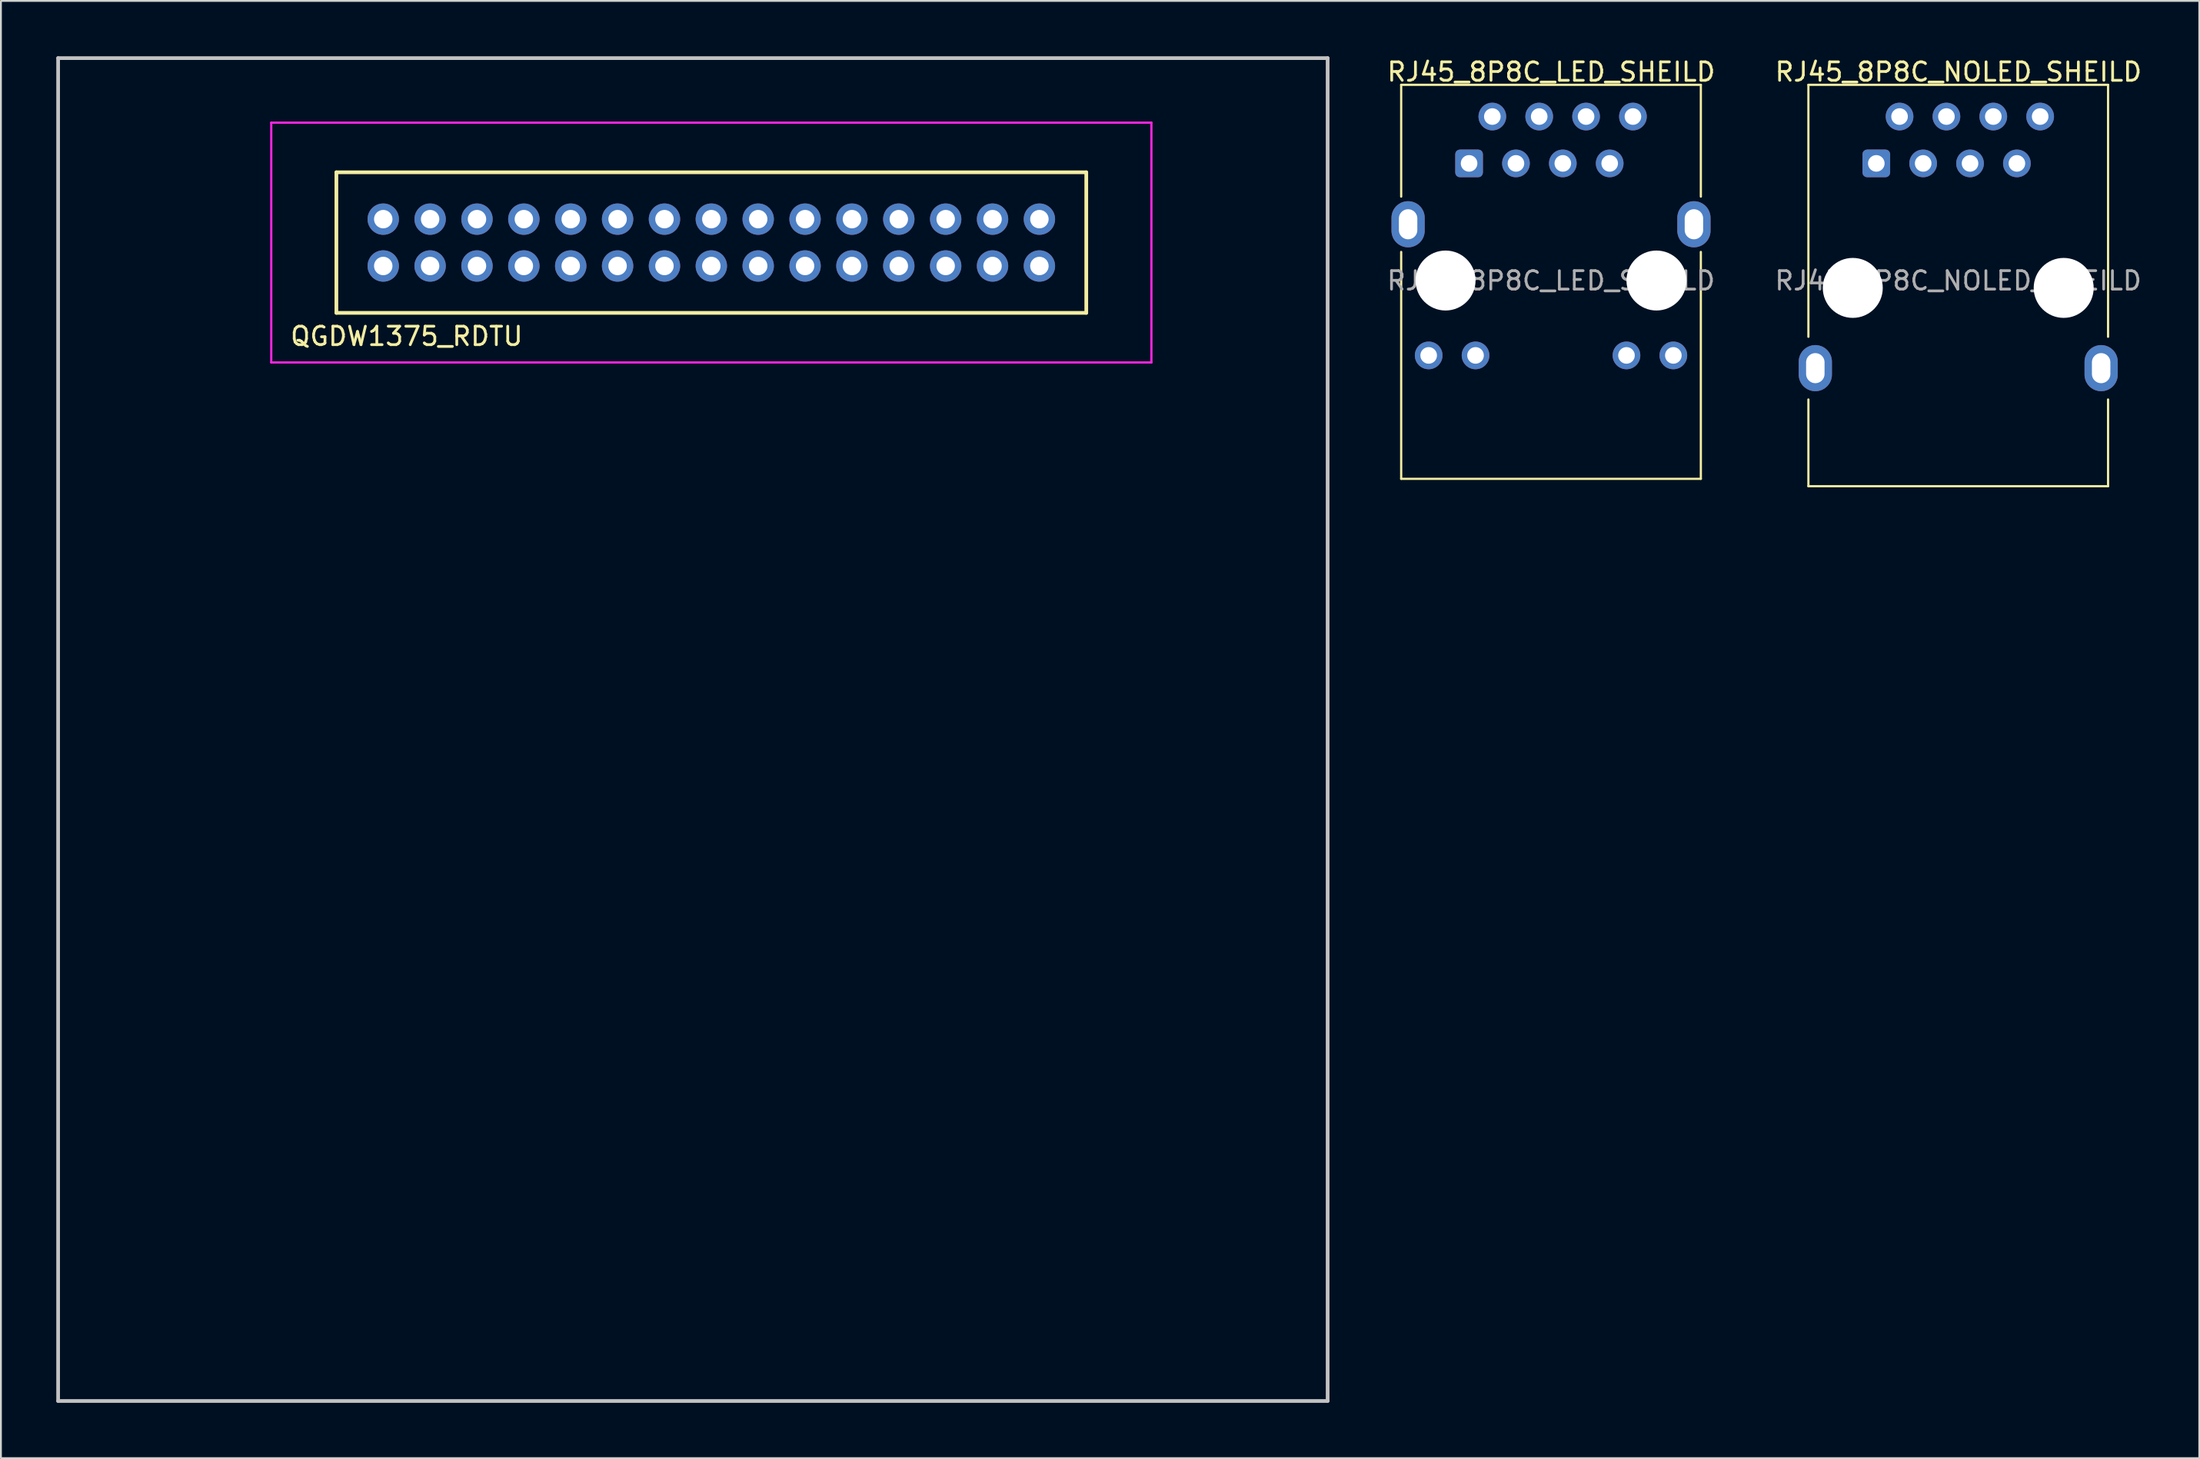
<source format=kicad_pcb>
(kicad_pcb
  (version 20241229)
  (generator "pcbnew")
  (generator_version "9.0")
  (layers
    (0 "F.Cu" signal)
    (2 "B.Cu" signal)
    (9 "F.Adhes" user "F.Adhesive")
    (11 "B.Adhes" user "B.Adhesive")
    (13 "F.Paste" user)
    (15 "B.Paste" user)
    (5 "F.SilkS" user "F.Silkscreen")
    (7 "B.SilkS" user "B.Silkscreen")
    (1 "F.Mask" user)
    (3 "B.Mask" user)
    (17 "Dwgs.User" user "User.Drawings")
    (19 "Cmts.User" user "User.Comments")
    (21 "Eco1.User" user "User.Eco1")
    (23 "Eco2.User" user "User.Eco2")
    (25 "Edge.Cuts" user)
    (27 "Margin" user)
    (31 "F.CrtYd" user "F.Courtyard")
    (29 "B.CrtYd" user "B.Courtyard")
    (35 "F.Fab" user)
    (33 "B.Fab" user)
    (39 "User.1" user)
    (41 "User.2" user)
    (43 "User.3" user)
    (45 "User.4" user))
  (footprint "QGDW1375_RDTU"
    (layer "F.Cu")
    (at 34.5 10.1)
    (property "Reference" "QGDW1375_RDTU" (at -15.51 5.08 0) (layer "F.SilkS") (effects (font (size 1 1) (thickness 0.15))))
    (attr through_hole)
    (fp_line (start -19.32 -3.81) (end -19.32 3.81) (stroke (width 0.2) (type solid)) (layer "F.SilkS"))
    (fp_line (start -19.32 3.81) (end 21.32 3.81) (stroke (width 0.2) (type solid)) (layer "F.SilkS"))
    (fp_line (start 21.32 -3.81) (end -19.32 -3.81) (stroke (width 0.2) (type solid)) (layer "F.SilkS"))
    (fp_line (start 21.32 3.81) (end 21.32 -3.81) (stroke (width 0.2) (type solid)) (layer "F.SilkS"))
    (fp_line (start -34.4 -10) (end -34.4 62.8) (stroke (width 0.2) (type solid)) (layer "Dwgs.User"))
    (fp_line (start -34.4 62.8) (end 34.4 62.8) (stroke (width 0.2) (type solid)) (layer "Dwgs.User"))
    (fp_line (start 34.4 -10) (end -34.4 -10) (stroke (width 0.2) (type solid)) (layer "Dwgs.User"))
    (fp_line (start 34.4 -10) (end 34.4 62.8) (stroke (width 0.2) (type solid)) (layer "Dwgs.User"))
    (fp_line (start -22.85 -6.5) (end -22.85 6.5) (stroke (width 0.12) (type solid)) (layer "F.CrtYd"))
    (fp_line (start -22.85 6.5) (end 24.85 6.5) (stroke (width 0.12) (type solid)) (layer "F.CrtYd"))
    (fp_line (start 24.85 -6.5) (end -22.85 -6.5) (stroke (width 0.12) (type solid)) (layer "F.CrtYd"))
    (fp_line (start 24.85 -6.5) (end 24.85 6.5) (stroke (width 0.12) (type solid)) (layer "F.CrtYd"))
    (pad "1" thru_hole circle (at -16.78 1.27) (size 1.7 1.7) (drill 1) (layers "*.Cu" "*.Mask"))
    (pad "2" thru_hole circle (at -16.78 -1.27) (size 1.7 1.7) (drill 1) (layers "*.Cu" "*.Mask"))
    (pad "3" thru_hole circle (at -14.24 1.27) (size 1.7 1.7) (drill 1) (layers "*.Cu" "*.Mask"))
    (pad "4" thru_hole circle (at -14.24 -1.27) (size 1.7 1.7) (drill 1) (layers "*.Cu" "*.Mask"))
    (pad "5" thru_hole circle (at -11.7 1.27) (size 1.7 1.7) (drill 1) (layers "*.Cu" "*.Mask"))
    (pad "6" thru_hole circle (at -11.7 -1.27) (size 1.7 1.7) (drill 1) (layers "*.Cu" "*.Mask"))
    (pad "7" thru_hole circle (at -9.16 1.27) (size 1.7 1.7) (drill 1) (layers "*.Cu" "*.Mask"))
    (pad "8" thru_hole circle (at -9.16 -1.27) (size 1.7 1.7) (drill 1) (layers "*.Cu" "*.Mask"))
    (pad "9" thru_hole circle (at -6.62 1.27) (size 1.7 1.7) (drill 1) (layers "*.Cu" "*.Mask"))
    (pad "10" thru_hole circle (at -6.62 -1.27) (size 1.7 1.7) (drill 1) (layers "*.Cu" "*.Mask"))
    (pad "11" thru_hole circle (at -4.08 1.27) (size 1.7 1.7) (drill 1) (layers "*.Cu" "*.Mask"))
    (pad "12" thru_hole circle (at -4.08 -1.27) (size 1.7 1.7) (drill 1) (layers "*.Cu" "*.Mask"))
    (pad "13" thru_hole circle (at -1.54 1.27) (size 1.7 1.7) (drill 1) (layers "*.Cu" "*.Mask"))
    (pad "14" thru_hole circle (at -1.54 -1.27) (size 1.7 1.7) (drill 1) (layers "*.Cu" "*.Mask"))
    (pad "15" thru_hole circle (at 1 1.27) (size 1.7 1.7) (drill 1) (layers "*.Cu" "*.Mask"))
    (pad "16" thru_hole circle (at 1 -1.27) (size 1.7 1.7) (drill 1) (layers "*.Cu" "*.Mask"))
    (pad "17" thru_hole circle (at 3.54 1.27) (size 1.7 1.7) (drill 1) (layers "*.Cu" "*.Mask"))
    (pad "18" thru_hole circle (at 3.54 -1.27) (size 1.7 1.7) (drill 1) (layers "*.Cu" "*.Mask"))
    (pad "19" thru_hole circle (at 6.08 1.27) (size 1.7 1.7) (drill 1) (layers "*.Cu" "*.Mask"))
    (pad "20" thru_hole circle (at 6.08 -1.27) (size 1.7 1.7) (drill 1) (layers "*.Cu" "*.Mask"))
    (pad "21" thru_hole circle (at 8.62 1.27) (size 1.7 1.7) (drill 1) (layers "*.Cu" "*.Mask"))
    (pad "22" thru_hole circle (at 8.62 -1.27) (size 1.7 1.7) (drill 1) (layers "*.Cu" "*.Mask"))
    (pad "23" thru_hole circle (at 11.16 1.27) (size 1.7 1.7) (drill 1) (layers "*.Cu" "*.Mask"))
    (pad "24" thru_hole circle (at 11.16 -1.27) (size 1.7 1.7) (drill 1) (layers "*.Cu" "*.Mask"))
    (pad "25" thru_hole circle (at 13.7 1.27) (size 1.7 1.7) (drill 1) (layers "*.Cu" "*.Mask"))
    (pad "26" thru_hole circle (at 13.7 -1.27) (size 1.7 1.7) (drill 1) (layers "*.Cu" "*.Mask"))
    (pad "27" thru_hole circle (at 16.24 1.27) (size 1.7 1.7) (drill 1) (layers "*.Cu" "*.Mask"))
    (pad "28" thru_hole circle (at 16.24 -1.27) (size 1.7 1.7) (drill 1) (layers "*.Cu" "*.Mask"))
    (pad "29" thru_hole circle (at 18.78 1.27) (size 1.7 1.7) (drill 1) (layers "*.Cu" "*.Mask"))
    (pad "30" thru_hole circle (at 18.78 -1.27) (size 1.7 1.7) (drill 1) (layers "*.Cu" "*.Mask")))
  (footprint "RJ45_8P8C_LED_SHEILD"
    (layer "F.Cu")
    (at 76.566 5.808)
    (property "Reference" "RJ45_8P8C_LED_SHEILD" (at 4.45 -4.96 0) (layer "F.SilkS") (effects (font (size 1 1) (thickness 0.15))))
    (attr through_hole)
    (fp_line (start -3.68 -4.26) (end -3.68 1.8) (stroke (width 0.12) (type solid)) (layer "F.SilkS"))
    (fp_line (start -3.68 -4.26) (end 12.56 -4.26) (stroke (width 0.12) (type solid)) (layer "F.SilkS"))
    (fp_line (start -3.68 4.8) (end -3.68 17.1) (stroke (width 0.12) (type solid)) (layer "F.SilkS"))
    (fp_line (start 12.56 -4.26) (end 12.56 1.8) (stroke (width 0.12) (type solid)) (layer "F.SilkS"))
    (fp_line (start 12.56 4.8) (end 12.56 17.1) (stroke (width 0.12) (type solid)) (layer "F.SilkS"))
    (fp_line (start 12.56 17.1) (end -3.68 17.1) (stroke (width 0.12) (type solid)) (layer "F.SilkS"))
    (fp_text user "${REFERENCE}" (at 4.44 6.36 0) (layer "F.Fab") (effects (font (size 1 1) (thickness 0.15))))
    (pad "" np_thru_hole circle (at -1.275 6.35) (size 3.25 3.25) (drill 3.25) (layers "*.Cu" "*.Mask"))
    (pad "" np_thru_hole circle (at 10.155 6.35) (size 3.25 3.25) (drill 3.25) (layers "*.Cu" "*.Mask"))
    (pad "1" thru_hole roundrect (at 0 0) (size 1.5 1.5) (drill 0.9) (layers "*.Cu" "*.Mask") (roundrect_rratio 0.167))
    (pad "2" thru_hole circle (at 1.26 -2.54) (size 1.5 1.5) (drill 0.9) (layers "*.Cu" "*.Mask"))
    (pad "3" thru_hole circle (at 2.54 0) (size 1.5 1.5) (drill 0.9) (layers "*.Cu" "*.Mask"))
    (pad "4" thru_hole circle (at 3.8 -2.54) (size 1.5 1.5) (drill 0.9) (layers "*.Cu" "*.Mask"))
    (pad "5" thru_hole circle (at 5.08 0) (size 1.5 1.5) (drill 0.9) (layers "*.Cu" "*.Mask"))
    (pad "6" thru_hole circle (at 6.34 -2.54 90) (size 1.5 1.5) (drill 0.9) (layers "*.Cu" "*.Mask"))
    (pad "7" thru_hole circle (at 7.62 0) (size 1.5 1.5) (drill 0.9) (layers "*.Cu" "*.Mask"))
    (pad "8" thru_hole circle (at 8.88 -2.54) (size 1.5 1.5) (drill 0.9) (layers "*.Cu" "*.Mask"))
    (pad "9" thru_hole circle (at 11.07 10.41) (size 1.5 1.5) (drill 0.9) (layers "*.Cu" "*.Mask"))
    (pad "10" thru_hole circle (at 8.53 10.41) (size 1.5 1.5) (drill 0.9) (layers "*.Cu" "*.Mask"))
    (pad "11" thru_hole circle (at 0.35 10.41) (size 1.5 1.5) (drill 0.9) (layers "*.Cu" "*.Mask"))
    (pad "12" thru_hole circle (at -2.19 10.41) (size 1.5 1.5) (drill 0.9) (layers "*.Cu" "*.Mask"))
    (pad "SH" thru_hole oval (at -3.305 3.3) (size 1.8 2.5) (drill oval 1 1.63) (layers "*.Cu" "*.Mask"))
    (pad "SH" thru_hole oval (at 12.185 3.3) (size 1.8 2.5) (drill oval 1 1.63) (layers "*.Cu" "*.Mask")))
  (footprint "RJ45_8P8C_NOLED_SHEILD"
    (layer "F.Cu")
    (at 98.635 5.808)
    (property "Reference" "RJ45_8P8C_NOLED_SHEILD" (at 4.45 -4.96 0) (layer "F.SilkS") (effects (font (size 1 1) (thickness 0.15))))
    (attr through_hole)
    (fp_line (start -3.68 -4.26) (end -3.68 9.4) (stroke (width 0.12) (type solid)) (layer "F.SilkS"))
    (fp_line (start -3.68 -4.26) (end 12.56 -4.26) (stroke (width 0.12) (type solid)) (layer "F.SilkS"))
    (fp_line (start -3.68 12.8) (end -3.68 17.5) (stroke (width 0.12) (type solid)) (layer "F.SilkS"))
    (fp_line (start 12.56 -4.26) (end 12.56 9.4) (stroke (width 0.12) (type solid)) (layer "F.SilkS"))
    (fp_line (start 12.56 12.8) (end 12.56 17.5) (stroke (width 0.12) (type solid)) (layer "F.SilkS"))
    (fp_line (start 12.56 17.5) (end -3.68 17.5) (stroke (width 0.12) (type solid)) (layer "F.SilkS"))
    (fp_text user "${REFERENCE}" (at 4.44 6.36 0) (layer "F.Fab") (effects (font (size 1 1) (thickness 0.15))))
    (pad "" np_thru_hole circle (at -1.275 6.75) (size 3.25 3.25) (drill 3.25) (layers "*.Cu" "*.Mask"))
    (pad "" np_thru_hole circle (at 10.155 6.75) (size 3.25 3.25) (drill 3.25) (layers "*.Cu" "*.Mask"))
    (pad "1" thru_hole roundrect (at 0 0) (size 1.5 1.5) (drill 0.9) (layers "*.Cu" "*.Mask") (roundrect_rratio 0.167))
    (pad "2" thru_hole circle (at 1.26 -2.54) (size 1.5 1.5) (drill 0.9) (layers "*.Cu" "*.Mask"))
    (pad "3" thru_hole circle (at 2.54 0) (size 1.5 1.5) (drill 0.9) (layers "*.Cu" "*.Mask"))
    (pad "4" thru_hole circle (at 3.8 -2.54) (size 1.5 1.5) (drill 0.9) (layers "*.Cu" "*.Mask"))
    (pad "5" thru_hole circle (at 5.08 0) (size 1.5 1.5) (drill 0.9) (layers "*.Cu" "*.Mask"))
    (pad "6" thru_hole circle (at 6.34 -2.54 90) (size 1.5 1.5) (drill 0.9) (layers "*.Cu" "*.Mask"))
    (pad "7" thru_hole circle (at 7.62 0) (size 1.5 1.5) (drill 0.9) (layers "*.Cu" "*.Mask"))
    (pad "8" thru_hole circle (at 8.88 -2.54) (size 1.5 1.5) (drill 0.9) (layers "*.Cu" "*.Mask"))
    (pad "SH" thru_hole oval (at -3.305 11.1) (size 1.8 2.5) (drill oval 1 1.63) (layers "*.Cu" "*.Mask"))
    (pad "SH" thru_hole oval (at 12.185 11.1) (size 1.8 2.5) (drill oval 1 1.63) (layers "*.Cu" "*.Mask")))
  (gr_rect
    (start -3 -3)
    (end 116.139 76)
    (stroke (width 0.1) (type default))
    (fill no)
    (layer "Edge.Cuts")))
</source>
